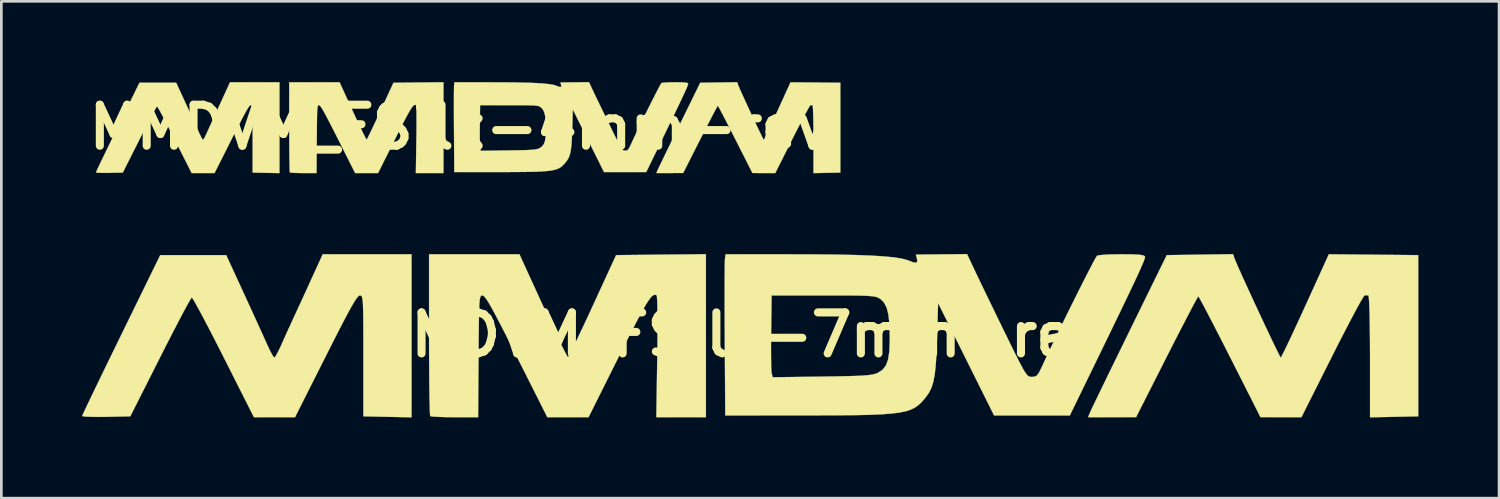
<source format=kicad_pcb>
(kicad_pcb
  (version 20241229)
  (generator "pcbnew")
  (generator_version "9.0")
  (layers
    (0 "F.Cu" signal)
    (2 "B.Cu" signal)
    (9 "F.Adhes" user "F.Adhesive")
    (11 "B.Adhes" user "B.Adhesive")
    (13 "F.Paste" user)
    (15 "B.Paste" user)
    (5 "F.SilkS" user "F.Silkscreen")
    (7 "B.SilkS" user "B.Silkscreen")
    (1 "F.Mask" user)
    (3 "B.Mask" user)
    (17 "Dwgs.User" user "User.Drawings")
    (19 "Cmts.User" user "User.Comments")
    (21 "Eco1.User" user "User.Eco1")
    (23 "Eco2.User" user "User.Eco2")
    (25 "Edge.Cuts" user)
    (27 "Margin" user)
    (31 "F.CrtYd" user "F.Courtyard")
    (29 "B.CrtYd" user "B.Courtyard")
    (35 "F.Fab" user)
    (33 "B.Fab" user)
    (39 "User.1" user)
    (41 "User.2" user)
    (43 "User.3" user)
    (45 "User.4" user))
  (footprint "MMDVM_FSilk-4mm-rev"
    (layer "F.Cu")
    (at 14.014 1.677)
    (property "Reference" "MMDVM_FSilk-4mm-rev" (at 0 0 0) (layer "F.SilkS") (effects (font (size 1.524 1.524) (thickness 0.3))))
    (attr through_hole)
    (fp_poly (pts (xy -0.581 1.705) (xy -1.607 1.705) (xy -1.588 0.453) (xy -1.584 0.141) (xy -1.582 -0.14) (xy -1.583 -0.382) (xy -1.585 -0.578) (xy -1.59 -0.721) (xy -1.596 -0.802) (xy -1.601 -0.819) (xy -1.632 -0.831) (xy -1.666 -0.823) (xy -1.707 -0.792) (xy -1.756 -0.73) (xy -1.819 -0.634) (xy -1.897 -0.498) (xy -1.995 -0.317) (xy -2.115 -0.084) (xy -2.261 0.205) (xy -2.386 0.453) (xy -3.012 1.705) (xy -3.438 1.705) (xy -3.864 1.705) (xy -4.499 0.444) (xy -4.666 0.115) (xy -4.804 -0.154) (xy -4.916 -0.369) (xy -5.005 -0.535) (xy -5.074 -0.657) (xy -5.127 -0.74) (xy -5.167 -0.791) (xy -5.195 -0.814) (xy -5.207 -0.816) (xy -5.226 -0.814) (xy -5.242 -0.804) (xy -5.254 -0.777) (xy -5.264 -0.727) (xy -5.271 -0.648) (xy -5.277 -0.531) (xy -5.281 -0.37) (xy -5.284 -0.158) (xy -5.286 0.113) (xy -5.289 0.445) (xy -5.299 1.705) (xy -5.782 1.705) (xy -5.962 1.704) (xy -6.116 1.699) (xy -6.229 1.692) (xy -6.286 1.683) (xy -6.29 1.681) (xy -6.294 1.641) (xy -6.299 1.536) (xy -6.303 1.372) (xy -6.307 1.158) (xy -6.31 0.901) (xy -6.312 0.608) (xy -6.313 0.286) (xy -6.314 -0.006) (xy -6.314 -1.669) (xy -4.442 -1.669) (xy -3.954 -0.599) (xy -3.835 -0.341) (xy -3.725 -0.106) (xy -3.627 0.098) (xy -3.546 0.265) (xy -3.484 0.385) (xy -3.447 0.451) (xy -3.437 0.462) (xy -3.415 0.428) (xy -3.368 0.336) (xy -3.297 0.193) (xy -3.209 0.009) (xy -3.105 -0.21) (xy -2.991 -0.455) (xy -2.924 -0.599) (xy -2.44 -1.651) (xy -1.51 -1.661) (xy -0.581 -1.67) (xy -0.581 1.705)) (stroke (width 0.01) (type solid)) (fill yes) (layer "F.SilkS"))
    (fp_poly (pts (xy 10.365 -1.583) (xy 10.393 -1.514) (xy 10.445 -1.394) (xy 10.517 -1.234) (xy 10.603 -1.044) (xy 10.701 -0.832) (xy 10.804 -0.608) (xy 10.909 -0.382) (xy 11.012 -0.165) (xy 11.106 0.036) (xy 11.19 0.209) (xy 11.256 0.346) (xy 11.302 0.437) (xy 11.323 0.472) (xy 11.323 0.472) (xy 11.343 0.44) (xy 11.389 0.35) (xy 11.457 0.209) (xy 11.544 0.025) (xy 11.646 -0.193) (xy 11.759 -0.439) (xy 11.832 -0.598) (xy 12.319 -1.668) (xy 13.244 -1.66) (xy 14.17 -1.651) (xy 14.17 1.687) (xy 13.671 1.697) (xy 13.172 1.707) (xy 13.172 0.457) (xy 13.171 0.148) (xy 13.168 -0.13) (xy 13.164 -0.372) (xy 13.158 -0.568) (xy 13.152 -0.712) (xy 13.144 -0.796) (xy 13.139 -0.814) (xy 13.078 -0.822) (xy 13.057 -0.816) (xy 13.03 -0.78) (xy 12.975 -0.687) (xy 12.896 -0.542) (xy 12.795 -0.355) (xy 12.678 -0.13) (xy 12.548 0.123) (xy 12.408 0.398) (xy 12.38 0.454) (xy 11.751 1.705) (xy 11.328 1.705) (xy 10.904 1.704) (xy 10.27 0.453) (xy 10.129 0.175) (xy 9.998 -0.081) (xy 9.881 -0.309) (xy 9.78 -0.501) (xy 9.7 -0.651) (xy 9.645 -0.752) (xy 9.618 -0.797) (xy 9.617 -0.798) (xy 9.596 -0.767) (xy 9.547 -0.678) (xy 9.472 -0.538) (xy 9.376 -0.354) (xy 9.262 -0.133) (xy 9.133 0.117) (xy 8.993 0.391) (xy 8.962 0.453) (xy 8.328 1.704) (xy 7.333 1.705) (xy 7.383 1.587) (xy 7.409 1.532) (xy 7.463 1.418) (xy 7.543 1.252) (xy 7.644 1.043) (xy 7.764 0.796) (xy 7.9 0.519) (xy 8.047 0.218) (xy 8.198 -0.091) (xy 8.963 -1.651) (xy 9.649 -1.661) (xy 10.335 -1.671) (xy 10.365 -1.583)) (stroke (width 0.01) (type solid)) (fill yes) (layer "F.SilkS"))
    (fp_poly (pts (xy -6.677 1.707) (xy -7.176 1.697) (xy -7.674 1.687) (xy -7.674 0.435) (xy -7.675 0.101) (xy -7.675 -0.167) (xy -7.677 -0.378) (xy -7.68 -0.537) (xy -7.684 -0.652) (xy -7.691 -0.73) (xy -7.7 -0.779) (xy -7.712 -0.804) (xy -7.728 -0.815) (xy -7.747 -0.816) (xy -7.771 -0.806) (xy -7.805 -0.77) (xy -7.85 -0.704) (xy -7.911 -0.603) (xy -7.99 -0.461) (xy -8.089 -0.272) (xy -8.213 -0.031) (xy -8.365 0.266) (xy -8.455 0.444) (xy -9.09 1.705) (xy -9.515 1.705) (xy -9.94 1.705) (xy -10.567 0.463) (xy -10.708 0.186) (xy -10.839 -0.069) (xy -10.957 -0.295) (xy -11.059 -0.486) (xy -11.14 -0.634) (xy -11.197 -0.732) (xy -11.226 -0.773) (xy -11.228 -0.774) (xy -11.251 -0.742) (xy -11.303 -0.651) (xy -11.38 -0.51) (xy -11.478 -0.325) (xy -11.593 -0.104) (xy -11.722 0.147) (xy -11.861 0.419) (xy -11.881 0.459) (xy -12.5 1.687) (xy -12.999 1.697) (xy -13.18 1.699) (xy -13.331 1.697) (xy -13.44 1.691) (xy -13.494 1.682) (xy -13.497 1.679) (xy -13.481 1.642) (xy -13.436 1.546) (xy -13.366 1.397) (xy -13.272 1.202) (xy -13.159 0.967) (xy -13.028 0.698) (xy -12.884 0.402) (xy -12.729 0.084) (xy -12.688 0) (xy -11.881 -1.651) (xy -10.515 -1.651) (xy -10.147 -0.852) (xy -10.036 -0.611) (xy -9.928 -0.376) (xy -9.83 -0.16) (xy -9.747 0.023) (xy -9.685 0.161) (xy -9.663 0.209) (xy -9.605 0.332) (xy -9.556 0.424) (xy -9.523 0.469) (xy -9.518 0.471) (xy -9.49 0.439) (xy -9.444 0.358) (xy -9.389 0.243) (xy -9.381 0.226) (xy -9.318 0.085) (xy -9.237 -0.094) (xy -9.151 -0.282) (xy -9.106 -0.381) (xy -9.022 -0.561) (xy -8.922 -0.779) (xy -8.818 -1.006) (xy -8.726 -1.206) (xy -8.515 -1.669) (xy -6.677 -1.669) (xy -6.677 1.707)) (stroke (width 0.01) (type solid)) (fill yes) (layer "F.SilkS"))
    (fp_poly (pts (xy 4.986 -1.335) (xy 5.044 -1.211) (xy 5.129 -1.035) (xy 5.234 -0.819) (xy 5.352 -0.575) (xy 5.477 -0.316) (xy 5.601 -0.064) (xy 5.733 0.207) (xy 5.838 0.42) (xy 5.92 0.582) (xy 5.983 0.699) (xy 6.031 0.78) (xy 6.069 0.83) (xy 6.101 0.857) (xy 6.131 0.869) (xy 6.164 0.871) (xy 6.17 0.871) (xy 6.23 0.865) (xy 6.275 0.84) (xy 6.319 0.779) (xy 6.373 0.67) (xy 6.393 0.626) (xy 6.472 0.455) (xy 6.568 0.252) (xy 6.677 0.025) (xy 6.794 -0.217) (xy 6.916 -0.465) (xy 7.038 -0.711) (xy 7.155 -0.946) (xy 7.264 -1.16) (xy 7.359 -1.345) (xy 7.436 -1.492) (xy 7.491 -1.593) (xy 7.519 -1.638) (xy 7.521 -1.64) (xy 7.573 -1.65) (xy 7.681 -1.659) (xy 7.832 -1.666) (xy 8.009 -1.669) (xy 8.029 -1.669) (xy 8.234 -1.667) (xy 8.375 -1.661) (xy 8.462 -1.649) (xy 8.505 -1.631) (xy 8.512 -1.621) (xy 8.511 -1.603) (xy 8.501 -1.566) (xy 8.479 -1.508) (xy 8.444 -1.423) (xy 8.392 -1.308) (xy 8.323 -1.159) (xy 8.235 -0.971) (xy 8.125 -0.74) (xy 7.991 -0.463) (xy 7.832 -0.135) (xy 7.646 0.249) (xy 7.431 0.691) (xy 7.322 0.916) (xy 6.955 1.669) (xy 5.387 1.669) (xy 4.227 -0.659) (xy 4.205 0.078) (xy 4.194 0.384) (xy 4.179 0.629) (xy 4.158 0.821) (xy 4.128 0.974) (xy 4.089 1.096) (xy 4.037 1.2) (xy 3.97 1.295) (xy 3.953 1.316) (xy 3.889 1.389) (xy 3.824 1.452) (xy 3.752 1.504) (xy 3.666 1.547) (xy 3.56 1.582) (xy 3.428 1.609) (xy 3.264 1.63) (xy 3.062 1.645) (xy 2.816 1.656) (xy 2.518 1.662) (xy 2.164 1.666) (xy 1.747 1.668) (xy 1.498 1.668) (xy -0.18 1.669) (xy -0.189 0.179) (xy 0.768 0.179) (xy 0.768 0.391) (xy 0.77 0.571) (xy 0.773 0.706) (xy 0.779 0.784) (xy 0.781 0.793) (xy 0.802 0.878) (xy 1.825 0.864) (xy 2.131 0.86) (xy 2.374 0.855) (xy 2.562 0.849) (xy 2.703 0.841) (xy 2.808 0.831) (xy 2.884 0.819) (xy 2.941 0.803) (xy 2.982 0.785) (xy 3.077 0.723) (xy 3.146 0.636) (xy 3.192 0.513) (xy 3.217 0.345) (xy 3.227 0.119) (xy 3.227 0.026) (xy 3.219 -0.229) (xy 3.198 -0.423) (xy 3.161 -0.567) (xy 3.106 -0.67) (xy 3.036 -0.74) (xy 3.004 -0.762) (xy 2.968 -0.779) (xy 2.919 -0.792) (xy 2.849 -0.802) (xy 2.749 -0.809) (xy 2.611 -0.813) (xy 2.426 -0.815) (xy 2.186 -0.816) (xy 1.883 -0.816) (xy 0.78 -0.816) (xy 0.77 -0.054) (xy 0.768 0.179) (xy -0.189 0.179) (xy -0.19 0.1) (xy -0.192 -0.234) (xy -0.193 -0.549) (xy -0.193 -0.835) (xy -0.193 -1.086) (xy -0.192 -1.294) (xy -0.19 -1.449) (xy -0.188 -1.544) (xy -0.186 -1.569) (xy -0.173 -1.669) (xy 1.211 -1.668) (xy 1.723 -1.666) (xy 2.166 -1.661) (xy 2.544 -1.652) (xy 2.861 -1.64) (xy 3.12 -1.624) (xy 3.325 -1.603) (xy 3.479 -1.579) (xy 3.586 -1.55) (xy 3.601 -1.544) (xy 3.716 -1.5) (xy 3.778 -1.493) (xy 3.797 -1.524) (xy 3.789 -1.575) (xy 3.768 -1.662) (xy 4.297 -1.667) (xy 4.827 -1.672) (xy 4.986 -1.335)) (stroke (width 0.01) (type solid)) (fill yes) (layer "F.SilkS")))
  (footprint "MMDVM_FSilk-7mm-rev"
    (layer "F.Cu")
    (at 24.23 9.396)
    (property "Reference" "MMDVM_FSilk-7mm-rev" (at 0 0 0) (layer "F.SilkS") (effects (font (size 1.524 1.524) (thickness 0.3))))
    (attr through_hole)
    (fp_poly (pts (xy -1.042 3.061) (xy -2.885 3.061) (xy -2.85 0.813) (xy -2.843 0.252) (xy -2.84 -0.252) (xy -2.841 -0.686) (xy -2.846 -1.038) (xy -2.854 -1.293) (xy -2.865 -1.44) (xy -2.874 -1.47) (xy -2.93 -1.491) (xy -2.991 -1.478) (xy -3.063 -1.421) (xy -3.152 -1.311) (xy -3.264 -1.139) (xy -3.405 -0.894) (xy -3.58 -0.568) (xy -3.796 -0.151) (xy -4.059 0.367) (xy -4.282 0.813) (xy -5.405 3.061) (xy -6.936 3.061) (xy -8.076 0.798) (xy -8.375 0.207) (xy -8.622 -0.277) (xy -8.823 -0.662) (xy -8.983 -0.96) (xy -9.108 -1.179) (xy -9.203 -1.329) (xy -9.274 -1.419) (xy -9.325 -1.46) (xy -9.346 -1.465) (xy -9.381 -1.462) (xy -9.409 -1.442) (xy -9.431 -1.395) (xy -9.448 -1.306) (xy -9.461 -1.163) (xy -9.471 -0.953) (xy -9.478 -0.664) (xy -9.484 -0.283) (xy -9.489 0.203) (xy -9.493 0.798) (xy -9.51 3.061) (xy -10.378 3.061) (xy -10.702 3.058) (xy -10.977 3.049) (xy -11.179 3.037) (xy -11.282 3.021) (xy -11.289 3.018) (xy -11.298 2.946) (xy -11.306 2.756) (xy -11.314 2.463) (xy -11.32 2.079) (xy -11.325 1.617) (xy -11.329 1.091) (xy -11.332 0.513) (xy -11.332 -0.011) (xy -11.332 -2.996) (xy -7.973 -2.996) (xy -7.096 -1.076) (xy -6.883 -0.612) (xy -6.686 -0.19) (xy -6.51 0.177) (xy -6.364 0.475) (xy -6.254 0.69) (xy -6.186 0.809) (xy -6.169 0.829) (xy -6.13 0.768) (xy -6.044 0.603) (xy -5.918 0.347) (xy -5.759 0.016) (xy -5.573 -0.377) (xy -5.368 -0.817) (xy -5.249 -1.075) (xy -4.38 -2.963) (xy -2.711 -2.981) (xy -1.042 -2.998) (xy -1.042 3.061)) (stroke (width 0.01) (type solid)) (fill yes) (layer "F.SilkS"))
    (fp_poly (pts (xy 18.604 -2.842) (xy 18.655 -2.717) (xy 18.748 -2.503) (xy 18.876 -2.216) (xy 19.032 -1.873) (xy 19.207 -1.493) (xy 19.392 -1.091) (xy 19.581 -0.686) (xy 19.764 -0.295) (xy 19.935 0.064) (xy 20.084 0.376) (xy 20.204 0.622) (xy 20.286 0.784) (xy 20.323 0.846) (xy 20.324 0.847) (xy 20.359 0.79) (xy 20.441 0.628) (xy 20.564 0.375) (xy 20.72 0.046) (xy 20.903 -0.347) (xy 21.106 -0.788) (xy 21.237 -1.074) (xy 22.111 -2.995) (xy 23.772 -2.979) (xy 25.433 -2.963) (xy 25.433 3.028) (xy 23.642 3.065) (xy 23.642 0.82) (xy 23.64 0.266) (xy 23.635 -0.234) (xy 23.628 -0.667) (xy 23.618 -1.02) (xy 23.606 -1.278) (xy 23.592 -1.428) (xy 23.582 -1.462) (xy 23.474 -1.475) (xy 23.436 -1.464) (xy 23.388 -1.4) (xy 23.289 -1.232) (xy 23.146 -0.974) (xy 22.966 -0.637) (xy 22.756 -0.234) (xy 22.521 0.221) (xy 22.271 0.715) (xy 22.22 0.815) (xy 21.092 3.061) (xy 20.331 3.06) (xy 19.571 3.059) (xy 18.434 0.813) (xy 18.181 0.315) (xy 17.945 -0.145) (xy 17.734 -0.554) (xy 17.554 -0.9) (xy 17.411 -1.169) (xy 17.312 -1.35) (xy 17.264 -1.43) (xy 17.26 -1.433) (xy 17.224 -1.377) (xy 17.135 -1.217) (xy 17.001 -0.966) (xy 16.828 -0.636) (xy 16.623 -0.24) (xy 16.392 0.21) (xy 16.142 0.701) (xy 16.085 0.813) (xy 14.947 3.059) (xy 14.055 3.06) (xy 13.163 3.061) (xy 13.252 2.849) (xy 13.298 2.749) (xy 13.396 2.545) (xy 13.539 2.248) (xy 13.721 1.872) (xy 13.936 1.429) (xy 14.179 0.931) (xy 14.443 0.392) (xy 14.714 -0.163) (xy 16.087 -2.963) (xy 17.319 -2.981) (xy 18.55 -2.999) (xy 18.604 -2.842)) (stroke (width 0.01) (type solid)) (fill yes) (layer "F.SilkS"))
    (fp_poly (pts (xy -11.984 3.065) (xy -13.775 3.028) (xy -13.775 0.782) (xy -13.775 0.182) (xy -13.776 -0.3) (xy -13.779 -0.678) (xy -13.784 -0.964) (xy -13.792 -1.17) (xy -13.804 -1.311) (xy -13.821 -1.398) (xy -13.843 -1.444) (xy -13.871 -1.462) (xy -13.905 -1.465) (xy -13.949 -1.446) (xy -14.008 -1.383) (xy -14.09 -1.264) (xy -14.199 -1.082) (xy -14.34 -0.827) (xy -14.519 -0.488) (xy -14.742 -0.057) (xy -15.013 0.478) (xy -15.175 0.798) (xy -16.315 3.061) (xy -17.842 3.061) (xy -18.967 0.83) (xy -19.219 0.334) (xy -19.455 -0.124) (xy -19.667 -0.53) (xy -19.849 -0.872) (xy -19.995 -1.137) (xy -20.097 -1.314) (xy -20.149 -1.388) (xy -20.153 -1.39) (xy -20.194 -1.331) (xy -20.288 -1.169) (xy -20.426 -0.916) (xy -20.602 -0.584) (xy -20.808 -0.187) (xy -21.04 0.263) (xy -21.289 0.753) (xy -21.325 0.825) (xy -22.437 3.028) (xy -23.332 3.047) (xy -23.656 3.05) (xy -23.928 3.046) (xy -24.123 3.035) (xy -24.219 3.02) (xy -24.225 3.014) (xy -24.197 2.947) (xy -24.117 2.775) (xy -23.99 2.508) (xy -23.822 2.158) (xy -23.618 1.736) (xy -23.384 1.253) (xy -23.125 0.721) (xy -22.847 0.151) (xy -22.773 0) (xy -21.324 -2.963) (xy -18.872 -2.963) (xy -18.212 -1.529) (xy -18.014 -1.097) (xy -17.82 -0.675) (xy -17.644 -0.288) (xy -17.494 0.042) (xy -17.383 0.289) (xy -17.344 0.376) (xy -17.24 0.596) (xy -17.151 0.761) (xy -17.092 0.841) (xy -17.084 0.845) (xy -17.034 0.789) (xy -16.951 0.642) (xy -16.852 0.436) (xy -16.838 0.405) (xy -16.725 0.152) (xy -16.58 -0.169) (xy -16.425 -0.506) (xy -16.343 -0.684) (xy -16.194 -1.007) (xy -16.014 -1.398) (xy -15.827 -1.806) (xy -15.663 -2.166) (xy -15.284 -2.996) (xy -11.984 -2.996) (xy -11.984 3.065)) (stroke (width 0.01) (type solid)) (fill yes) (layer "F.SilkS"))
    (fp_poly (pts (xy 8.948 -2.396) (xy 9.054 -2.174) (xy 9.206 -1.858) (xy 9.393 -1.469) (xy 9.606 -1.032) (xy 9.831 -0.567) (xy 10.052 -0.114) (xy 10.29 0.372) (xy 10.479 0.754) (xy 10.626 1.044) (xy 10.739 1.255) (xy 10.826 1.399) (xy 10.894 1.49) (xy 10.951 1.539) (xy 11.005 1.559) (xy 11.064 1.563) (xy 11.073 1.563) (xy 11.182 1.553) (xy 11.264 1.507) (xy 11.341 1.399) (xy 11.438 1.203) (xy 11.475 1.123) (xy 11.616 0.817) (xy 11.788 0.453) (xy 11.984 0.045) (xy 12.195 -0.389) (xy 12.414 -0.835) (xy 12.633 -1.276) (xy 12.843 -1.697) (xy 13.037 -2.082) (xy 13.208 -2.414) (xy 13.346 -2.679) (xy 13.445 -2.859) (xy 13.497 -2.941) (xy 13.499 -2.943) (xy 13.592 -2.962) (xy 13.787 -2.979) (xy 14.057 -2.99) (xy 14.375 -2.995) (xy 14.412 -2.995) (xy 14.778 -2.992) (xy 15.031 -2.981) (xy 15.188 -2.96) (xy 15.265 -2.927) (xy 15.277 -2.909) (xy 15.277 -2.877) (xy 15.259 -2.811) (xy 15.219 -2.707) (xy 15.155 -2.555) (xy 15.063 -2.348) (xy 14.939 -2.08) (xy 14.78 -1.743) (xy 14.583 -1.329) (xy 14.343 -0.831) (xy 14.058 -0.242) (xy 13.724 0.446) (xy 13.338 1.24) (xy 13.141 1.644) (xy 12.483 2.996) (xy 9.669 2.996) (xy 8.628 0.906) (xy 7.587 -1.184) (xy 7.548 0.141) (xy 7.527 0.69) (xy 7.5 1.128) (xy 7.462 1.474) (xy 7.41 1.748) (xy 7.339 1.968) (xy 7.246 2.153) (xy 7.126 2.324) (xy 7.095 2.362) (xy 6.98 2.494) (xy 6.864 2.605) (xy 6.734 2.699) (xy 6.579 2.776) (xy 6.39 2.839) (xy 6.153 2.888) (xy 5.859 2.925) (xy 5.496 2.953) (xy 5.054 2.972) (xy 4.52 2.984) (xy 3.884 2.99) (xy 3.135 2.993) (xy 2.688 2.994) (xy -0.323 2.996) (xy -0.34 0.32) (xy 1.378 0.32) (xy 1.378 0.702) (xy 1.382 1.025) (xy 1.388 1.267) (xy 1.398 1.406) (xy 1.401 1.423) (xy 1.439 1.576) (xy 3.276 1.552) (xy 3.825 1.543) (xy 4.261 1.534) (xy 4.598 1.524) (xy 4.852 1.51) (xy 5.04 1.492) (xy 5.177 1.469) (xy 5.279 1.44) (xy 5.352 1.41) (xy 5.524 1.297) (xy 5.647 1.141) (xy 5.729 0.921) (xy 5.775 0.619) (xy 5.791 0.214) (xy 5.791 0.048) (xy 5.778 -0.411) (xy 5.74 -0.76) (xy 5.674 -1.017) (xy 5.576 -1.203) (xy 5.45 -1.328) (xy 5.392 -1.367) (xy 5.327 -1.398) (xy 5.239 -1.422) (xy 5.113 -1.439) (xy 4.933 -1.451) (xy 4.686 -1.459) (xy 4.354 -1.463) (xy 3.924 -1.465) (xy 3.38 -1.465) (xy 3.333 -1.465) (xy 1.4 -1.465) (xy 1.382 -0.098) (xy 1.378 0.32) (xy -0.34 0.32) (xy -0.341 0.179) (xy -0.344 -0.421) (xy -0.346 -0.985) (xy -0.346 -1.499) (xy -0.346 -1.95) (xy -0.344 -2.322) (xy -0.341 -2.601) (xy -0.337 -2.772) (xy -0.335 -2.817) (xy -0.311 -2.996) (xy 2.173 -2.994) (xy 3.092 -2.991) (xy 3.888 -2.982) (xy 4.567 -2.966) (xy 5.135 -2.944) (xy 5.6 -2.914) (xy 5.967 -2.878) (xy 6.244 -2.833) (xy 6.437 -2.781) (xy 6.464 -2.771) (xy 6.67 -2.693) (xy 6.781 -2.68) (xy 6.816 -2.735) (xy 6.802 -2.827) (xy 6.762 -2.983) (xy 8.664 -3.001) (xy 8.948 -2.396)) (stroke (width 0.01) (type solid)) (fill yes) (layer "F.SilkS")))
  (gr_rect
    (start -3 -3)
    (end 52.668 15.466)
    (stroke (width 0.1) (type default))
    (fill no)
    (layer "Edge.Cuts")))
</source>
